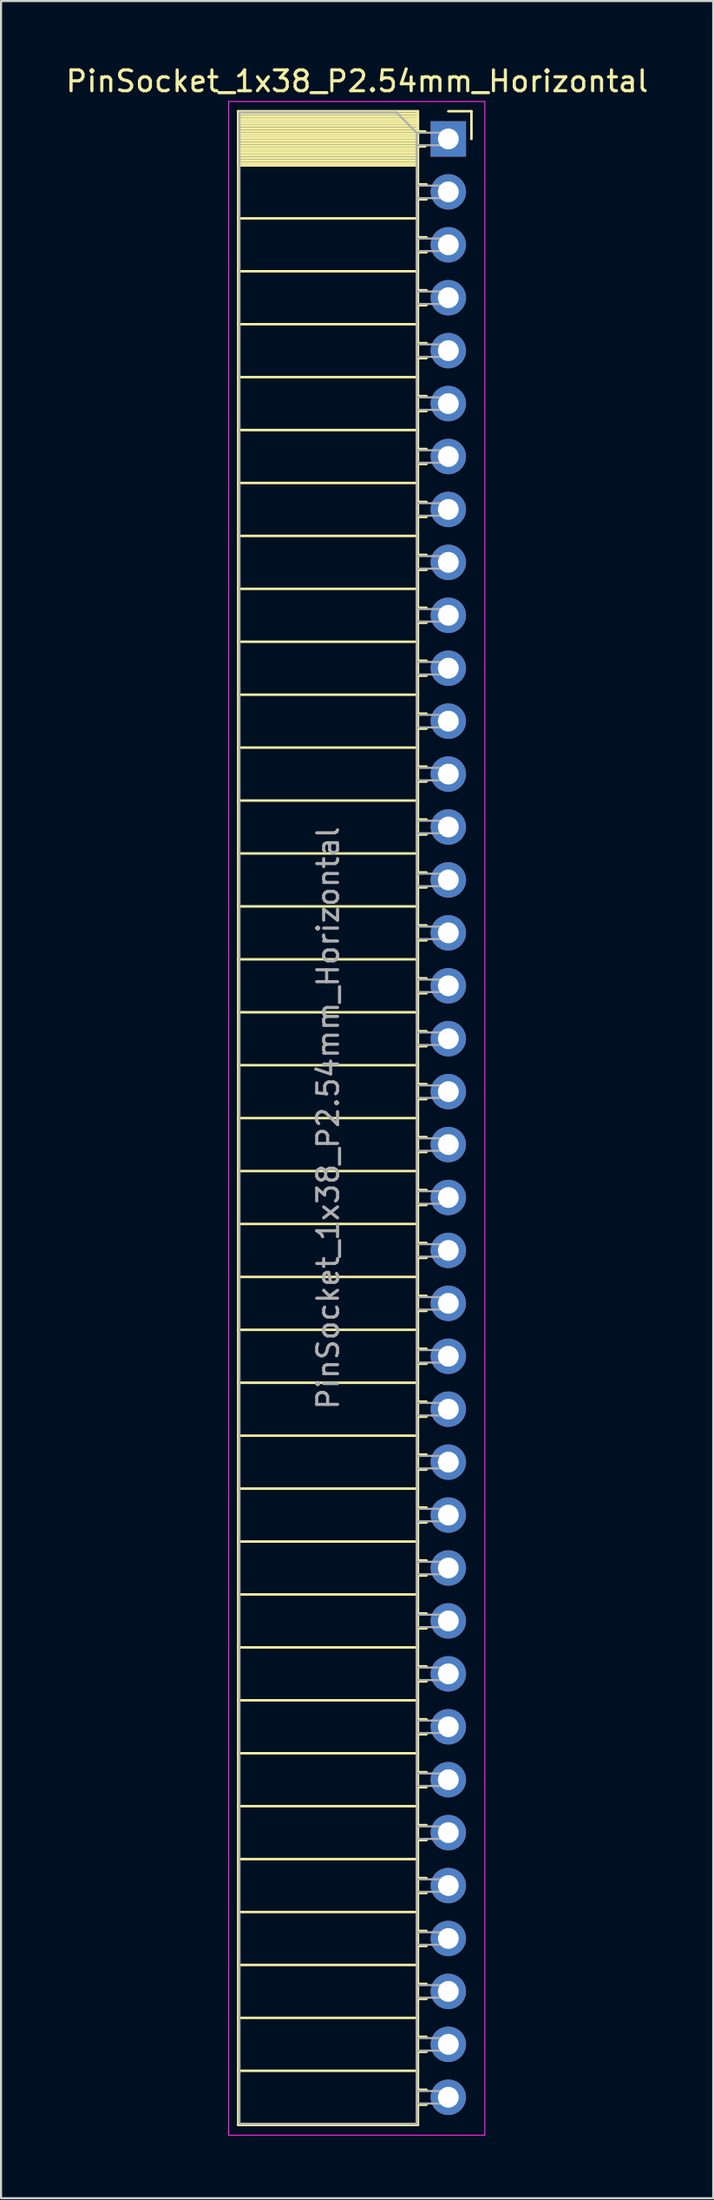
<source format=kicad_pcb>
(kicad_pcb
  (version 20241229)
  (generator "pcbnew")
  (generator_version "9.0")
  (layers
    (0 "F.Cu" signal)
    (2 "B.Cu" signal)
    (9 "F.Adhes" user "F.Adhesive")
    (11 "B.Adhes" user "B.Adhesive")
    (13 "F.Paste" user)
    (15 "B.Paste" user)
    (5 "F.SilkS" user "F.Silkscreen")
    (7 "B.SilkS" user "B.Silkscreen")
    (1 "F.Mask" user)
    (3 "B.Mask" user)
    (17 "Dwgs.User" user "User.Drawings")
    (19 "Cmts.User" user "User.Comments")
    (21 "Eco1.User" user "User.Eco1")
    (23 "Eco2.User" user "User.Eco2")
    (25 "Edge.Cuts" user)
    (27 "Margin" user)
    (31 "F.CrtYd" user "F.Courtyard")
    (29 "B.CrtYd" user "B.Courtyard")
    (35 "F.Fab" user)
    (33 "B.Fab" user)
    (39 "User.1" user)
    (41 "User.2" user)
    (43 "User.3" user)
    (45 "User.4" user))
  (footprint "PinSocket_1x38_P2.54mm_Horizontal"
    (layer "F.Cu")
    (at 18.481 3.618)
    (property "Reference" "PinSocket_1x38_P2.54mm_Horizontal" (at -4.38 -2.77 0) (layer "F.SilkS") (effects (font (size 1 1) (thickness 0.15))))
    (attr through_hole)
    (fp_line (start -10.09 -1.33) (end -10.09 95.31) (stroke (width 0.12) (type solid)) (layer "F.SilkS"))
    (fp_line (start -10.09 -1.33) (end -1.46 -1.33) (stroke (width 0.12) (type solid)) (layer "F.SilkS"))
    (fp_line (start -10.09 -1.21) (end -1.46 -1.21) (stroke (width 0.12) (type solid)) (layer "F.SilkS"))
    (fp_line (start -10.09 -1.092) (end -1.46 -1.092) (stroke (width 0.12) (type solid)) (layer "F.SilkS"))
    (fp_line (start -10.09 -0.974) (end -1.46 -0.974) (stroke (width 0.12) (type solid)) (layer "F.SilkS"))
    (fp_line (start -10.09 -0.856) (end -1.46 -0.856) (stroke (width 0.12) (type solid)) (layer "F.SilkS"))
    (fp_line (start -10.09 -0.738) (end -1.46 -0.738) (stroke (width 0.12) (type solid)) (layer "F.SilkS"))
    (fp_line (start -10.09 -0.62) (end -1.46 -0.62) (stroke (width 0.12) (type solid)) (layer "F.SilkS"))
    (fp_line (start -10.09 -0.501) (end -1.46 -0.501) (stroke (width 0.12) (type solid)) (layer "F.SilkS"))
    (fp_line (start -10.09 -0.383) (end -1.46 -0.383) (stroke (width 0.12) (type solid)) (layer "F.SilkS"))
    (fp_line (start -10.09 -0.265) (end -1.46 -0.265) (stroke (width 0.12) (type solid)) (layer "F.SilkS"))
    (fp_line (start -10.09 -0.147) (end -1.46 -0.147) (stroke (width 0.12) (type solid)) (layer "F.SilkS"))
    (fp_line (start -10.09 -0.029) (end -1.46 -0.029) (stroke (width 0.12) (type solid)) (layer "F.SilkS"))
    (fp_line (start -10.09 0.089) (end -1.46 0.089) (stroke (width 0.12) (type solid)) (layer "F.SilkS"))
    (fp_line (start -10.09 0.207) (end -1.46 0.207) (stroke (width 0.12) (type solid)) (layer "F.SilkS"))
    (fp_line (start -10.09 0.325) (end -1.46 0.325) (stroke (width 0.12) (type solid)) (layer "F.SilkS"))
    (fp_line (start -10.09 0.443) (end -1.46 0.443) (stroke (width 0.12) (type solid)) (layer "F.SilkS"))
    (fp_line (start -10.09 0.561) (end -1.46 0.561) (stroke (width 0.12) (type solid)) (layer "F.SilkS"))
    (fp_line (start -10.09 0.68) (end -1.46 0.68) (stroke (width 0.12) (type solid)) (layer "F.SilkS"))
    (fp_line (start -10.09 0.798) (end -1.46 0.798) (stroke (width 0.12) (type solid)) (layer "F.SilkS"))
    (fp_line (start -10.09 0.916) (end -1.46 0.916) (stroke (width 0.12) (type solid)) (layer "F.SilkS"))
    (fp_line (start -10.09 1.034) (end -1.46 1.034) (stroke (width 0.12) (type solid)) (layer "F.SilkS"))
    (fp_line (start -10.09 1.152) (end -1.46 1.152) (stroke (width 0.12) (type solid)) (layer "F.SilkS"))
    (fp_line (start -10.09 1.27) (end -1.46 1.27) (stroke (width 0.12) (type solid)) (layer "F.SilkS"))
    (fp_line (start -10.09 3.81) (end -1.46 3.81) (stroke (width 0.12) (type solid)) (layer "F.SilkS"))
    (fp_line (start -10.09 6.35) (end -1.46 6.35) (stroke (width 0.12) (type solid)) (layer "F.SilkS"))
    (fp_line (start -10.09 8.89) (end -1.46 8.89) (stroke (width 0.12) (type solid)) (layer "F.SilkS"))
    (fp_line (start -10.09 11.43) (end -1.46 11.43) (stroke (width 0.12) (type solid)) (layer "F.SilkS"))
    (fp_line (start -10.09 13.97) (end -1.46 13.97) (stroke (width 0.12) (type solid)) (layer "F.SilkS"))
    (fp_line (start -10.09 16.51) (end -1.46 16.51) (stroke (width 0.12) (type solid)) (layer "F.SilkS"))
    (fp_line (start -10.09 19.05) (end -1.46 19.05) (stroke (width 0.12) (type solid)) (layer "F.SilkS"))
    (fp_line (start -10.09 21.59) (end -1.46 21.59) (stroke (width 0.12) (type solid)) (layer "F.SilkS"))
    (fp_line (start -10.09 24.13) (end -1.46 24.13) (stroke (width 0.12) (type solid)) (layer "F.SilkS"))
    (fp_line (start -10.09 26.67) (end -1.46 26.67) (stroke (width 0.12) (type solid)) (layer "F.SilkS"))
    (fp_line (start -10.09 29.21) (end -1.46 29.21) (stroke (width 0.12) (type solid)) (layer "F.SilkS"))
    (fp_line (start -10.09 31.75) (end -1.46 31.75) (stroke (width 0.12) (type solid)) (layer "F.SilkS"))
    (fp_line (start -10.09 34.29) (end -1.46 34.29) (stroke (width 0.12) (type solid)) (layer "F.SilkS"))
    (fp_line (start -10.09 36.83) (end -1.46 36.83) (stroke (width 0.12) (type solid)) (layer "F.SilkS"))
    (fp_line (start -10.09 39.37) (end -1.46 39.37) (stroke (width 0.12) (type solid)) (layer "F.SilkS"))
    (fp_line (start -10.09 41.91) (end -1.46 41.91) (stroke (width 0.12) (type solid)) (layer "F.SilkS"))
    (fp_line (start -10.09 44.45) (end -1.46 44.45) (stroke (width 0.12) (type solid)) (layer "F.SilkS"))
    (fp_line (start -10.09 46.99) (end -1.46 46.99) (stroke (width 0.12) (type solid)) (layer "F.SilkS"))
    (fp_line (start -10.09 49.53) (end -1.46 49.53) (stroke (width 0.12) (type solid)) (layer "F.SilkS"))
    (fp_line (start -10.09 52.07) (end -1.46 52.07) (stroke (width 0.12) (type solid)) (layer "F.SilkS"))
    (fp_line (start -10.09 54.61) (end -1.46 54.61) (stroke (width 0.12) (type solid)) (layer "F.SilkS"))
    (fp_line (start -10.09 57.15) (end -1.46 57.15) (stroke (width 0.12) (type solid)) (layer "F.SilkS"))
    (fp_line (start -10.09 59.69) (end -1.46 59.69) (stroke (width 0.12) (type solid)) (layer "F.SilkS"))
    (fp_line (start -10.09 62.23) (end -1.46 62.23) (stroke (width 0.12) (type solid)) (layer "F.SilkS"))
    (fp_line (start -10.09 64.77) (end -1.46 64.77) (stroke (width 0.12) (type solid)) (layer "F.SilkS"))
    (fp_line (start -10.09 67.31) (end -1.46 67.31) (stroke (width 0.12) (type solid)) (layer "F.SilkS"))
    (fp_line (start -10.09 69.85) (end -1.46 69.85) (stroke (width 0.12) (type solid)) (layer "F.SilkS"))
    (fp_line (start -10.09 72.39) (end -1.46 72.39) (stroke (width 0.12) (type solid)) (layer "F.SilkS"))
    (fp_line (start -10.09 74.93) (end -1.46 74.93) (stroke (width 0.12) (type solid)) (layer "F.SilkS"))
    (fp_line (start -10.09 77.47) (end -1.46 77.47) (stroke (width 0.12) (type solid)) (layer "F.SilkS"))
    (fp_line (start -10.09 80.01) (end -1.46 80.01) (stroke (width 0.12) (type solid)) (layer "F.SilkS"))
    (fp_line (start -10.09 82.55) (end -1.46 82.55) (stroke (width 0.12) (type solid)) (layer "F.SilkS"))
    (fp_line (start -10.09 85.09) (end -1.46 85.09) (stroke (width 0.12) (type solid)) (layer "F.SilkS"))
    (fp_line (start -10.09 87.63) (end -1.46 87.63) (stroke (width 0.12) (type solid)) (layer "F.SilkS"))
    (fp_line (start -10.09 90.17) (end -1.46 90.17) (stroke (width 0.12) (type solid)) (layer "F.SilkS"))
    (fp_line (start -10.09 92.71) (end -1.46 92.71) (stroke (width 0.12) (type solid)) (layer "F.SilkS"))
    (fp_line (start -10.09 95.31) (end -1.46 95.31) (stroke (width 0.12) (type solid)) (layer "F.SilkS"))
    (fp_line (start -1.46 -1.33) (end -1.46 95.31) (stroke (width 0.12) (type solid)) (layer "F.SilkS"))
    (fp_line (start -1.46 -0.36) (end -1.11 -0.36) (stroke (width 0.12) (type solid)) (layer "F.SilkS"))
    (fp_line (start -1.46 0.36) (end -1.11 0.36) (stroke (width 0.12) (type solid)) (layer "F.SilkS"))
    (fp_line (start -1.46 2.18) (end -1.05 2.18) (stroke (width 0.12) (type solid)) (layer "F.SilkS"))
    (fp_line (start -1.46 2.9) (end -1.05 2.9) (stroke (width 0.12) (type solid)) (layer "F.SilkS"))
    (fp_line (start -1.46 4.72) (end -1.05 4.72) (stroke (width 0.12) (type solid)) (layer "F.SilkS"))
    (fp_line (start -1.46 5.44) (end -1.05 5.44) (stroke (width 0.12) (type solid)) (layer "F.SilkS"))
    (fp_line (start -1.46 7.26) (end -1.05 7.26) (stroke (width 0.12) (type solid)) (layer "F.SilkS"))
    (fp_line (start -1.46 7.98) (end -1.05 7.98) (stroke (width 0.12) (type solid)) (layer "F.SilkS"))
    (fp_line (start -1.46 9.8) (end -1.05 9.8) (stroke (width 0.12) (type solid)) (layer "F.SilkS"))
    (fp_line (start -1.46 10.52) (end -1.05 10.52) (stroke (width 0.12) (type solid)) (layer "F.SilkS"))
    (fp_line (start -1.46 12.34) (end -1.05 12.34) (stroke (width 0.12) (type solid)) (layer "F.SilkS"))
    (fp_line (start -1.46 13.06) (end -1.05 13.06) (stroke (width 0.12) (type solid)) (layer "F.SilkS"))
    (fp_line (start -1.46 14.88) (end -1.05 14.88) (stroke (width 0.12) (type solid)) (layer "F.SilkS"))
    (fp_line (start -1.46 15.6) (end -1.05 15.6) (stroke (width 0.12) (type solid)) (layer "F.SilkS"))
    (fp_line (start -1.46 17.42) (end -1.05 17.42) (stroke (width 0.12) (type solid)) (layer "F.SilkS"))
    (fp_line (start -1.46 18.14) (end -1.05 18.14) (stroke (width 0.12) (type solid)) (layer "F.SilkS"))
    (fp_line (start -1.46 19.96) (end -1.05 19.96) (stroke (width 0.12) (type solid)) (layer "F.SilkS"))
    (fp_line (start -1.46 20.68) (end -1.05 20.68) (stroke (width 0.12) (type solid)) (layer "F.SilkS"))
    (fp_line (start -1.46 22.5) (end -1.05 22.5) (stroke (width 0.12) (type solid)) (layer "F.SilkS"))
    (fp_line (start -1.46 23.22) (end -1.05 23.22) (stroke (width 0.12) (type solid)) (layer "F.SilkS"))
    (fp_line (start -1.46 25.04) (end -1.05 25.04) (stroke (width 0.12) (type solid)) (layer "F.SilkS"))
    (fp_line (start -1.46 25.76) (end -1.05 25.76) (stroke (width 0.12) (type solid)) (layer "F.SilkS"))
    (fp_line (start -1.46 27.58) (end -1.05 27.58) (stroke (width 0.12) (type solid)) (layer "F.SilkS"))
    (fp_line (start -1.46 28.3) (end -1.05 28.3) (stroke (width 0.12) (type solid)) (layer "F.SilkS"))
    (fp_line (start -1.46 30.12) (end -1.05 30.12) (stroke (width 0.12) (type solid)) (layer "F.SilkS"))
    (fp_line (start -1.46 30.84) (end -1.05 30.84) (stroke (width 0.12) (type solid)) (layer "F.SilkS"))
    (fp_line (start -1.46 32.66) (end -1.05 32.66) (stroke (width 0.12) (type solid)) (layer "F.SilkS"))
    (fp_line (start -1.46 33.38) (end -1.05 33.38) (stroke (width 0.12) (type solid)) (layer "F.SilkS"))
    (fp_line (start -1.46 35.2) (end -1.05 35.2) (stroke (width 0.12) (type solid)) (layer "F.SilkS"))
    (fp_line (start -1.46 35.92) (end -1.05 35.92) (stroke (width 0.12) (type solid)) (layer "F.SilkS"))
    (fp_line (start -1.46 37.74) (end -1.05 37.74) (stroke (width 0.12) (type solid)) (layer "F.SilkS"))
    (fp_line (start -1.46 38.46) (end -1.05 38.46) (stroke (width 0.12) (type solid)) (layer "F.SilkS"))
    (fp_line (start -1.46 40.28) (end -1.05 40.28) (stroke (width 0.12) (type solid)) (layer "F.SilkS"))
    (fp_line (start -1.46 41) (end -1.05 41) (stroke (width 0.12) (type solid)) (layer "F.SilkS"))
    (fp_line (start -1.46 42.82) (end -1.05 42.82) (stroke (width 0.12) (type solid)) (layer "F.SilkS"))
    (fp_line (start -1.46 43.54) (end -1.05 43.54) (stroke (width 0.12) (type solid)) (layer "F.SilkS"))
    (fp_line (start -1.46 45.36) (end -1.05 45.36) (stroke (width 0.12) (type solid)) (layer "F.SilkS"))
    (fp_line (start -1.46 46.08) (end -1.05 46.08) (stroke (width 0.12) (type solid)) (layer "F.SilkS"))
    (fp_line (start -1.46 47.9) (end -1.05 47.9) (stroke (width 0.12) (type solid)) (layer "F.SilkS"))
    (fp_line (start -1.46 48.62) (end -1.05 48.62) (stroke (width 0.12) (type solid)) (layer "F.SilkS"))
    (fp_line (start -1.46 50.44) (end -1.05 50.44) (stroke (width 0.12) (type solid)) (layer "F.SilkS"))
    (fp_line (start -1.46 51.16) (end -1.05 51.16) (stroke (width 0.12) (type solid)) (layer "F.SilkS"))
    (fp_line (start -1.46 52.98) (end -1.05 52.98) (stroke (width 0.12) (type solid)) (layer "F.SilkS"))
    (fp_line (start -1.46 53.7) (end -1.05 53.7) (stroke (width 0.12) (type solid)) (layer "F.SilkS"))
    (fp_line (start -1.46 55.52) (end -1.05 55.52) (stroke (width 0.12) (type solid)) (layer "F.SilkS"))
    (fp_line (start -1.46 56.24) (end -1.05 56.24) (stroke (width 0.12) (type solid)) (layer "F.SilkS"))
    (fp_line (start -1.46 58.06) (end -1.05 58.06) (stroke (width 0.12) (type solid)) (layer "F.SilkS"))
    (fp_line (start -1.46 58.78) (end -1.05 58.78) (stroke (width 0.12) (type solid)) (layer "F.SilkS"))
    (fp_line (start -1.46 60.6) (end -1.05 60.6) (stroke (width 0.12) (type solid)) (layer "F.SilkS"))
    (fp_line (start -1.46 61.32) (end -1.05 61.32) (stroke (width 0.12) (type solid)) (layer "F.SilkS"))
    (fp_line (start -1.46 63.14) (end -1.05 63.14) (stroke (width 0.12) (type solid)) (layer "F.SilkS"))
    (fp_line (start -1.46 63.86) (end -1.05 63.86) (stroke (width 0.12) (type solid)) (layer "F.SilkS"))
    (fp_line (start -1.46 65.68) (end -1.05 65.68) (stroke (width 0.12) (type solid)) (layer "F.SilkS"))
    (fp_line (start -1.46 66.4) (end -1.05 66.4) (stroke (width 0.12) (type solid)) (layer "F.SilkS"))
    (fp_line (start -1.46 68.22) (end -1.05 68.22) (stroke (width 0.12) (type solid)) (layer "F.SilkS"))
    (fp_line (start -1.46 68.94) (end -1.05 68.94) (stroke (width 0.12) (type solid)) (layer "F.SilkS"))
    (fp_line (start -1.46 70.76) (end -1.05 70.76) (stroke (width 0.12) (type solid)) (layer "F.SilkS"))
    (fp_line (start -1.46 71.48) (end -1.05 71.48) (stroke (width 0.12) (type solid)) (layer "F.SilkS"))
    (fp_line (start -1.46 73.3) (end -1.05 73.3) (stroke (width 0.12) (type solid)) (layer "F.SilkS"))
    (fp_line (start -1.46 74.02) (end -1.05 74.02) (stroke (width 0.12) (type solid)) (layer "F.SilkS"))
    (fp_line (start -1.46 75.84) (end -1.05 75.84) (stroke (width 0.12) (type solid)) (layer "F.SilkS"))
    (fp_line (start -1.46 76.56) (end -1.05 76.56) (stroke (width 0.12) (type solid)) (layer "F.SilkS"))
    (fp_line (start -1.46 78.38) (end -1.05 78.38) (stroke (width 0.12) (type solid)) (layer "F.SilkS"))
    (fp_line (start -1.46 79.1) (end -1.05 79.1) (stroke (width 0.12) (type solid)) (layer "F.SilkS"))
    (fp_line (start -1.46 80.92) (end -1.05 80.92) (stroke (width 0.12) (type solid)) (layer "F.SilkS"))
    (fp_line (start -1.46 81.64) (end -1.05 81.64) (stroke (width 0.12) (type solid)) (layer "F.SilkS"))
    (fp_line (start -1.46 83.46) (end -1.05 83.46) (stroke (width 0.12) (type solid)) (layer "F.SilkS"))
    (fp_line (start -1.46 84.18) (end -1.05 84.18) (stroke (width 0.12) (type solid)) (layer "F.SilkS"))
    (fp_line (start -1.46 86) (end -1.05 86) (stroke (width 0.12) (type solid)) (layer "F.SilkS"))
    (fp_line (start -1.46 86.72) (end -1.05 86.72) (stroke (width 0.12) (type solid)) (layer "F.SilkS"))
    (fp_line (start -1.46 88.54) (end -1.05 88.54) (stroke (width 0.12) (type solid)) (layer "F.SilkS"))
    (fp_line (start -1.46 89.26) (end -1.05 89.26) (stroke (width 0.12) (type solid)) (layer "F.SilkS"))
    (fp_line (start -1.46 91.08) (end -1.05 91.08) (stroke (width 0.12) (type solid)) (layer "F.SilkS"))
    (fp_line (start -1.46 91.8) (end -1.05 91.8) (stroke (width 0.12) (type solid)) (layer "F.SilkS"))
    (fp_line (start -1.46 93.62) (end -1.05 93.62) (stroke (width 0.12) (type solid)) (layer "F.SilkS"))
    (fp_line (start -1.46 94.34) (end -1.05 94.34) (stroke (width 0.12) (type solid)) (layer "F.SilkS"))
    (fp_line (start 0 -1.33) (end 1.11 -1.33) (stroke (width 0.12) (type solid)) (layer "F.SilkS"))
    (fp_line (start 1.11 -1.33) (end 1.11 0) (stroke (width 0.12) (type solid)) (layer "F.SilkS"))
    (fp_line (start -10.55 -1.8) (end -10.55 95.8) (stroke (width 0.05) (type solid)) (layer "F.CrtYd"))
    (fp_line (start -10.55 95.8) (end 1.75 95.8) (stroke (width 0.05) (type solid)) (layer "F.CrtYd"))
    (fp_line (start 1.75 -1.8) (end -10.55 -1.8) (stroke (width 0.05) (type solid)) (layer "F.CrtYd"))
    (fp_line (start 1.75 95.8) (end 1.75 -1.8) (stroke (width 0.05) (type solid)) (layer "F.CrtYd"))
    (fp_line (start -10.03 -1.27) (end -2.49 -1.27) (stroke (width 0.1) (type solid)) (layer "F.Fab"))
    (fp_line (start -10.03 95.25) (end -10.03 -1.27) (stroke (width 0.1) (type solid)) (layer "F.Fab"))
    (fp_line (start -2.49 -1.27) (end -1.52 -0.3) (stroke (width 0.1) (type solid)) (layer "F.Fab"))
    (fp_line (start -1.52 -0.3) (end -1.52 95.25) (stroke (width 0.1) (type solid)) (layer "F.Fab"))
    (fp_line (start -1.52 0.3) (end 0 0.3) (stroke (width 0.1) (type solid)) (layer "F.Fab"))
    (fp_line (start -1.52 2.84) (end 0 2.84) (stroke (width 0.1) (type solid)) (layer "F.Fab"))
    (fp_line (start -1.52 5.38) (end 0 5.38) (stroke (width 0.1) (type solid)) (layer "F.Fab"))
    (fp_line (start -1.52 7.92) (end 0 7.92) (stroke (width 0.1) (type solid)) (layer "F.Fab"))
    (fp_line (start -1.52 10.46) (end 0 10.46) (stroke (width 0.1) (type solid)) (layer "F.Fab"))
    (fp_line (start -1.52 13) (end 0 13) (stroke (width 0.1) (type solid)) (layer "F.Fab"))
    (fp_line (start -1.52 15.54) (end 0 15.54) (stroke (width 0.1) (type solid)) (layer "F.Fab"))
    (fp_line (start -1.52 18.08) (end 0 18.08) (stroke (width 0.1) (type solid)) (layer "F.Fab"))
    (fp_line (start -1.52 20.62) (end 0 20.62) (stroke (width 0.1) (type solid)) (layer "F.Fab"))
    (fp_line (start -1.52 23.16) (end 0 23.16) (stroke (width 0.1) (type solid)) (layer "F.Fab"))
    (fp_line (start -1.52 25.7) (end 0 25.7) (stroke (width 0.1) (type solid)) (layer "F.Fab"))
    (fp_line (start -1.52 28.24) (end 0 28.24) (stroke (width 0.1) (type solid)) (layer "F.Fab"))
    (fp_line (start -1.52 30.78) (end 0 30.78) (stroke (width 0.1) (type solid)) (layer "F.Fab"))
    (fp_line (start -1.52 33.32) (end 0 33.32) (stroke (width 0.1) (type solid)) (layer "F.Fab"))
    (fp_line (start -1.52 35.86) (end 0 35.86) (stroke (width 0.1) (type solid)) (layer "F.Fab"))
    (fp_line (start -1.52 38.4) (end 0 38.4) (stroke (width 0.1) (type solid)) (layer "F.Fab"))
    (fp_line (start -1.52 40.94) (end 0 40.94) (stroke (width 0.1) (type solid)) (layer "F.Fab"))
    (fp_line (start -1.52 43.48) (end 0 43.48) (stroke (width 0.1) (type solid)) (layer "F.Fab"))
    (fp_line (start -1.52 46.02) (end 0 46.02) (stroke (width 0.1) (type solid)) (layer "F.Fab"))
    (fp_line (start -1.52 48.56) (end 0 48.56) (stroke (width 0.1) (type solid)) (layer "F.Fab"))
    (fp_line (start -1.52 51.1) (end 0 51.1) (stroke (width 0.1) (type solid)) (layer "F.Fab"))
    (fp_line (start -1.52 53.64) (end 0 53.64) (stroke (width 0.1) (type solid)) (layer "F.Fab"))
    (fp_line (start -1.52 56.18) (end 0 56.18) (stroke (width 0.1) (type solid)) (layer "F.Fab"))
    (fp_line (start -1.52 58.72) (end 0 58.72) (stroke (width 0.1) (type solid)) (layer "F.Fab"))
    (fp_line (start -1.52 61.26) (end 0 61.26) (stroke (width 0.1) (type solid)) (layer "F.Fab"))
    (fp_line (start -1.52 63.8) (end 0 63.8) (stroke (width 0.1) (type solid)) (layer "F.Fab"))
    (fp_line (start -1.52 66.34) (end 0 66.34) (stroke (width 0.1) (type solid)) (layer "F.Fab"))
    (fp_line (start -1.52 68.88) (end 0 68.88) (stroke (width 0.1) (type solid)) (layer "F.Fab"))
    (fp_line (start -1.52 71.42) (end 0 71.42) (stroke (width 0.1) (type solid)) (layer "F.Fab"))
    (fp_line (start -1.52 73.96) (end 0 73.96) (stroke (width 0.1) (type solid)) (layer "F.Fab"))
    (fp_line (start -1.52 76.5) (end 0 76.5) (stroke (width 0.1) (type solid)) (layer "F.Fab"))
    (fp_line (start -1.52 79.04) (end 0 79.04) (stroke (width 0.1) (type solid)) (layer "F.Fab"))
    (fp_line (start -1.52 81.58) (end 0 81.58) (stroke (width 0.1) (type solid)) (layer "F.Fab"))
    (fp_line (start -1.52 84.12) (end 0 84.12) (stroke (width 0.1) (type solid)) (layer "F.Fab"))
    (fp_line (start -1.52 86.66) (end 0 86.66) (stroke (width 0.1) (type solid)) (layer "F.Fab"))
    (fp_line (start -1.52 89.2) (end 0 89.2) (stroke (width 0.1) (type solid)) (layer "F.Fab"))
    (fp_line (start -1.52 91.74) (end 0 91.74) (stroke (width 0.1) (type solid)) (layer "F.Fab"))
    (fp_line (start -1.52 94.28) (end 0 94.28) (stroke (width 0.1) (type solid)) (layer "F.Fab"))
    (fp_line (start -1.52 95.25) (end -10.03 95.25) (stroke (width 0.1) (type solid)) (layer "F.Fab"))
    (fp_line (start 0 -0.3) (end -1.52 -0.3) (stroke (width 0.1) (type solid)) (layer "F.Fab"))
    (fp_line (start 0 0.3) (end 0 -0.3) (stroke (width 0.1) (type solid)) (layer "F.Fab"))
    (fp_line (start 0 2.24) (end -1.52 2.24) (stroke (width 0.1) (type solid)) (layer "F.Fab"))
    (fp_line (start 0 2.84) (end 0 2.24) (stroke (width 0.1) (type solid)) (layer "F.Fab"))
    (fp_line (start 0 4.78) (end -1.52 4.78) (stroke (width 0.1) (type solid)) (layer "F.Fab"))
    (fp_line (start 0 5.38) (end 0 4.78) (stroke (width 0.1) (type solid)) (layer "F.Fab"))
    (fp_line (start 0 7.32) (end -1.52 7.32) (stroke (width 0.1) (type solid)) (layer "F.Fab"))
    (fp_line (start 0 7.92) (end 0 7.32) (stroke (width 0.1) (type solid)) (layer "F.Fab"))
    (fp_line (start 0 9.86) (end -1.52 9.86) (stroke (width 0.1) (type solid)) (layer "F.Fab"))
    (fp_line (start 0 10.46) (end 0 9.86) (stroke (width 0.1) (type solid)) (layer "F.Fab"))
    (fp_line (start 0 12.4) (end -1.52 12.4) (stroke (width 0.1) (type solid)) (layer "F.Fab"))
    (fp_line (start 0 13) (end 0 12.4) (stroke (width 0.1) (type solid)) (layer "F.Fab"))
    (fp_line (start 0 14.94) (end -1.52 14.94) (stroke (width 0.1) (type solid)) (layer "F.Fab"))
    (fp_line (start 0 15.54) (end 0 14.94) (stroke (width 0.1) (type solid)) (layer "F.Fab"))
    (fp_line (start 0 17.48) (end -1.52 17.48) (stroke (width 0.1) (type solid)) (layer "F.Fab"))
    (fp_line (start 0 18.08) (end 0 17.48) (stroke (width 0.1) (type solid)) (layer "F.Fab"))
    (fp_line (start 0 20.02) (end -1.52 20.02) (stroke (width 0.1) (type solid)) (layer "F.Fab"))
    (fp_line (start 0 20.62) (end 0 20.02) (stroke (width 0.1) (type solid)) (layer "F.Fab"))
    (fp_line (start 0 22.56) (end -1.52 22.56) (stroke (width 0.1) (type solid)) (layer "F.Fab"))
    (fp_line (start 0 23.16) (end 0 22.56) (stroke (width 0.1) (type solid)) (layer "F.Fab"))
    (fp_line (start 0 25.1) (end -1.52 25.1) (stroke (width 0.1) (type solid)) (layer "F.Fab"))
    (fp_line (start 0 25.7) (end 0 25.1) (stroke (width 0.1) (type solid)) (layer "F.Fab"))
    (fp_line (start 0 27.64) (end -1.52 27.64) (stroke (width 0.1) (type solid)) (layer "F.Fab"))
    (fp_line (start 0 28.24) (end 0 27.64) (stroke (width 0.1) (type solid)) (layer "F.Fab"))
    (fp_line (start 0 30.18) (end -1.52 30.18) (stroke (width 0.1) (type solid)) (layer "F.Fab"))
    (fp_line (start 0 30.78) (end 0 30.18) (stroke (width 0.1) (type solid)) (layer "F.Fab"))
    (fp_line (start 0 32.72) (end -1.52 32.72) (stroke (width 0.1) (type solid)) (layer "F.Fab"))
    (fp_line (start 0 33.32) (end 0 32.72) (stroke (width 0.1) (type solid)) (layer "F.Fab"))
    (fp_line (start 0 35.26) (end -1.52 35.26) (stroke (width 0.1) (type solid)) (layer "F.Fab"))
    (fp_line (start 0 35.86) (end 0 35.26) (stroke (width 0.1) (type solid)) (layer "F.Fab"))
    (fp_line (start 0 37.8) (end -1.52 37.8) (stroke (width 0.1) (type solid)) (layer "F.Fab"))
    (fp_line (start 0 38.4) (end 0 37.8) (stroke (width 0.1) (type solid)) (layer "F.Fab"))
    (fp_line (start 0 40.34) (end -1.52 40.34) (stroke (width 0.1) (type solid)) (layer "F.Fab"))
    (fp_line (start 0 40.94) (end 0 40.34) (stroke (width 0.1) (type solid)) (layer "F.Fab"))
    (fp_line (start 0 42.88) (end -1.52 42.88) (stroke (width 0.1) (type solid)) (layer "F.Fab"))
    (fp_line (start 0 43.48) (end 0 42.88) (stroke (width 0.1) (type solid)) (layer "F.Fab"))
    (fp_line (start 0 45.42) (end -1.52 45.42) (stroke (width 0.1) (type solid)) (layer "F.Fab"))
    (fp_line (start 0 46.02) (end 0 45.42) (stroke (width 0.1) (type solid)) (layer "F.Fab"))
    (fp_line (start 0 47.96) (end -1.52 47.96) (stroke (width 0.1) (type solid)) (layer "F.Fab"))
    (fp_line (start 0 48.56) (end 0 47.96) (stroke (width 0.1) (type solid)) (layer "F.Fab"))
    (fp_line (start 0 50.5) (end -1.52 50.5) (stroke (width 0.1) (type solid)) (layer "F.Fab"))
    (fp_line (start 0 51.1) (end 0 50.5) (stroke (width 0.1) (type solid)) (layer "F.Fab"))
    (fp_line (start 0 53.04) (end -1.52 53.04) (stroke (width 0.1) (type solid)) (layer "F.Fab"))
    (fp_line (start 0 53.64) (end 0 53.04) (stroke (width 0.1) (type solid)) (layer "F.Fab"))
    (fp_line (start 0 55.58) (end -1.52 55.58) (stroke (width 0.1) (type solid)) (layer "F.Fab"))
    (fp_line (start 0 56.18) (end 0 55.58) (stroke (width 0.1) (type solid)) (layer "F.Fab"))
    (fp_line (start 0 58.12) (end -1.52 58.12) (stroke (width 0.1) (type solid)) (layer "F.Fab"))
    (fp_line (start 0 58.72) (end 0 58.12) (stroke (width 0.1) (type solid)) (layer "F.Fab"))
    (fp_line (start 0 60.66) (end -1.52 60.66) (stroke (width 0.1) (type solid)) (layer "F.Fab"))
    (fp_line (start 0 61.26) (end 0 60.66) (stroke (width 0.1) (type solid)) (layer "F.Fab"))
    (fp_line (start 0 63.2) (end -1.52 63.2) (stroke (width 0.1) (type solid)) (layer "F.Fab"))
    (fp_line (start 0 63.8) (end 0 63.2) (stroke (width 0.1) (type solid)) (layer "F.Fab"))
    (fp_line (start 0 65.74) (end -1.52 65.74) (stroke (width 0.1) (type solid)) (layer "F.Fab"))
    (fp_line (start 0 66.34) (end 0 65.74) (stroke (width 0.1) (type solid)) (layer "F.Fab"))
    (fp_line (start 0 68.28) (end -1.52 68.28) (stroke (width 0.1) (type solid)) (layer "F.Fab"))
    (fp_line (start 0 68.88) (end 0 68.28) (stroke (width 0.1) (type solid)) (layer "F.Fab"))
    (fp_line (start 0 70.82) (end -1.52 70.82) (stroke (width 0.1) (type solid)) (layer "F.Fab"))
    (fp_line (start 0 71.42) (end 0 70.82) (stroke (width 0.1) (type solid)) (layer "F.Fab"))
    (fp_line (start 0 73.36) (end -1.52 73.36) (stroke (width 0.1) (type solid)) (layer "F.Fab"))
    (fp_line (start 0 73.96) (end 0 73.36) (stroke (width 0.1) (type solid)) (layer "F.Fab"))
    (fp_line (start 0 75.9) (end -1.52 75.9) (stroke (width 0.1) (type solid)) (layer "F.Fab"))
    (fp_line (start 0 76.5) (end 0 75.9) (stroke (width 0.1) (type solid)) (layer "F.Fab"))
    (fp_line (start 0 78.44) (end -1.52 78.44) (stroke (width 0.1) (type solid)) (layer "F.Fab"))
    (fp_line (start 0 79.04) (end 0 78.44) (stroke (width 0.1) (type solid)) (layer "F.Fab"))
    (fp_line (start 0 80.98) (end -1.52 80.98) (stroke (width 0.1) (type solid)) (layer "F.Fab"))
    (fp_line (start 0 81.58) (end 0 80.98) (stroke (width 0.1) (type solid)) (layer "F.Fab"))
    (fp_line (start 0 83.52) (end -1.52 83.52) (stroke (width 0.1) (type solid)) (layer "F.Fab"))
    (fp_line (start 0 84.12) (end 0 83.52) (stroke (width 0.1) (type solid)) (layer "F.Fab"))
    (fp_line (start 0 86.06) (end -1.52 86.06) (stroke (width 0.1) (type solid)) (layer "F.Fab"))
    (fp_line (start 0 86.66) (end 0 86.06) (stroke (width 0.1) (type solid)) (layer "F.Fab"))
    (fp_line (start 0 88.6) (end -1.52 88.6) (stroke (width 0.1) (type solid)) (layer "F.Fab"))
    (fp_line (start 0 89.2) (end 0 88.6) (stroke (width 0.1) (type solid)) (layer "F.Fab"))
    (fp_line (start 0 91.14) (end -1.52 91.14) (stroke (width 0.1) (type solid)) (layer "F.Fab"))
    (fp_line (start 0 91.74) (end 0 91.14) (stroke (width 0.1) (type solid)) (layer "F.Fab"))
    (fp_line (start 0 93.68) (end -1.52 93.68) (stroke (width 0.1) (type solid)) (layer "F.Fab"))
    (fp_line (start 0 94.28) (end 0 93.68) (stroke (width 0.1) (type solid)) (layer "F.Fab"))
    (fp_text user "${REFERENCE}" (at -5.775 46.99 90) (layer "F.Fab") (effects (font (size 1 1) (thickness 0.15))))
    (pad "1" thru_hole rect (at 0 0) (size 1.7 1.7) (drill 1) (layers "*.Cu" "*.Mask"))
    (pad "2" thru_hole oval (at 0 2.54) (size 1.7 1.7) (drill 1) (layers "*.Cu" "*.Mask"))
    (pad "3" thru_hole oval (at 0 5.08) (size 1.7 1.7) (drill 1) (layers "*.Cu" "*.Mask"))
    (pad "4" thru_hole oval (at 0 7.62) (size 1.7 1.7) (drill 1) (layers "*.Cu" "*.Mask"))
    (pad "5" thru_hole oval (at 0 10.16) (size 1.7 1.7) (drill 1) (layers "*.Cu" "*.Mask"))
    (pad "6" thru_hole oval (at 0 12.7) (size 1.7 1.7) (drill 1) (layers "*.Cu" "*.Mask"))
    (pad "7" thru_hole oval (at 0 15.24) (size 1.7 1.7) (drill 1) (layers "*.Cu" "*.Mask"))
    (pad "8" thru_hole oval (at 0 17.78) (size 1.7 1.7) (drill 1) (layers "*.Cu" "*.Mask"))
    (pad "9" thru_hole oval (at 0 20.32) (size 1.7 1.7) (drill 1) (layers "*.Cu" "*.Mask"))
    (pad "10" thru_hole oval (at 0 22.86) (size 1.7 1.7) (drill 1) (layers "*.Cu" "*.Mask"))
    (pad "11" thru_hole oval (at 0 25.4) (size 1.7 1.7) (drill 1) (layers "*.Cu" "*.Mask"))
    (pad "12" thru_hole oval (at 0 27.94) (size 1.7 1.7) (drill 1) (layers "*.Cu" "*.Mask"))
    (pad "13" thru_hole oval (at 0 30.48) (size 1.7 1.7) (drill 1) (layers "*.Cu" "*.Mask"))
    (pad "14" thru_hole oval (at 0 33.02) (size 1.7 1.7) (drill 1) (layers "*.Cu" "*.Mask"))
    (pad "15" thru_hole oval (at 0 35.56) (size 1.7 1.7) (drill 1) (layers "*.Cu" "*.Mask"))
    (pad "16" thru_hole oval (at 0 38.1) (size 1.7 1.7) (drill 1) (layers "*.Cu" "*.Mask"))
    (pad "17" thru_hole oval (at 0 40.64) (size 1.7 1.7) (drill 1) (layers "*.Cu" "*.Mask"))
    (pad "18" thru_hole oval (at 0 43.18) (size 1.7 1.7) (drill 1) (layers "*.Cu" "*.Mask"))
    (pad "19" thru_hole oval (at 0 45.72) (size 1.7 1.7) (drill 1) (layers "*.Cu" "*.Mask"))
    (pad "20" thru_hole oval (at 0 48.26) (size 1.7 1.7) (drill 1) (layers "*.Cu" "*.Mask"))
    (pad "21" thru_hole oval (at 0 50.8) (size 1.7 1.7) (drill 1) (layers "*.Cu" "*.Mask"))
    (pad "22" thru_hole oval (at 0 53.34) (size 1.7 1.7) (drill 1) (layers "*.Cu" "*.Mask"))
    (pad "23" thru_hole oval (at 0 55.88) (size 1.7 1.7) (drill 1) (layers "*.Cu" "*.Mask"))
    (pad "24" thru_hole oval (at 0 58.42) (size 1.7 1.7) (drill 1) (layers "*.Cu" "*.Mask"))
    (pad "25" thru_hole oval (at 0 60.96) (size 1.7 1.7) (drill 1) (layers "*.Cu" "*.Mask"))
    (pad "26" thru_hole oval (at 0 63.5) (size 1.7 1.7) (drill 1) (layers "*.Cu" "*.Mask"))
    (pad "27" thru_hole oval (at 0 66.04) (size 1.7 1.7) (drill 1) (layers "*.Cu" "*.Mask"))
    (pad "28" thru_hole oval (at 0 68.58) (size 1.7 1.7) (drill 1) (layers "*.Cu" "*.Mask"))
    (pad "29" thru_hole oval (at 0 71.12) (size 1.7 1.7) (drill 1) (layers "*.Cu" "*.Mask"))
    (pad "30" thru_hole oval (at 0 73.66) (size 1.7 1.7) (drill 1) (layers "*.Cu" "*.Mask"))
    (pad "31" thru_hole oval (at 0 76.2) (size 1.7 1.7) (drill 1) (layers "*.Cu" "*.Mask"))
    (pad "32" thru_hole oval (at 0 78.74) (size 1.7 1.7) (drill 1) (layers "*.Cu" "*.Mask"))
    (pad "33" thru_hole oval (at 0 81.28) (size 1.7 1.7) (drill 1) (layers "*.Cu" "*.Mask"))
    (pad "34" thru_hole oval (at 0 83.82) (size 1.7 1.7) (drill 1) (layers "*.Cu" "*.Mask"))
    (pad "35" thru_hole oval (at 0 86.36) (size 1.7 1.7) (drill 1) (layers "*.Cu" "*.Mask"))
    (pad "36" thru_hole oval (at 0 88.9) (size 1.7 1.7) (drill 1) (layers "*.Cu" "*.Mask"))
    (pad "37" thru_hole oval (at 0 91.44) (size 1.7 1.7) (drill 1) (layers "*.Cu" "*.Mask"))
    (pad "38" thru_hole oval (at 0 93.98) (size 1.7 1.7) (drill 1) (layers "*.Cu" "*.Mask")))
  (gr_rect
    (start -3 -3)
    (end 31.202 102.443)
    (stroke (width 0.1) (type default))
    (fill no)
    (layer "Edge.Cuts")))
</source>
